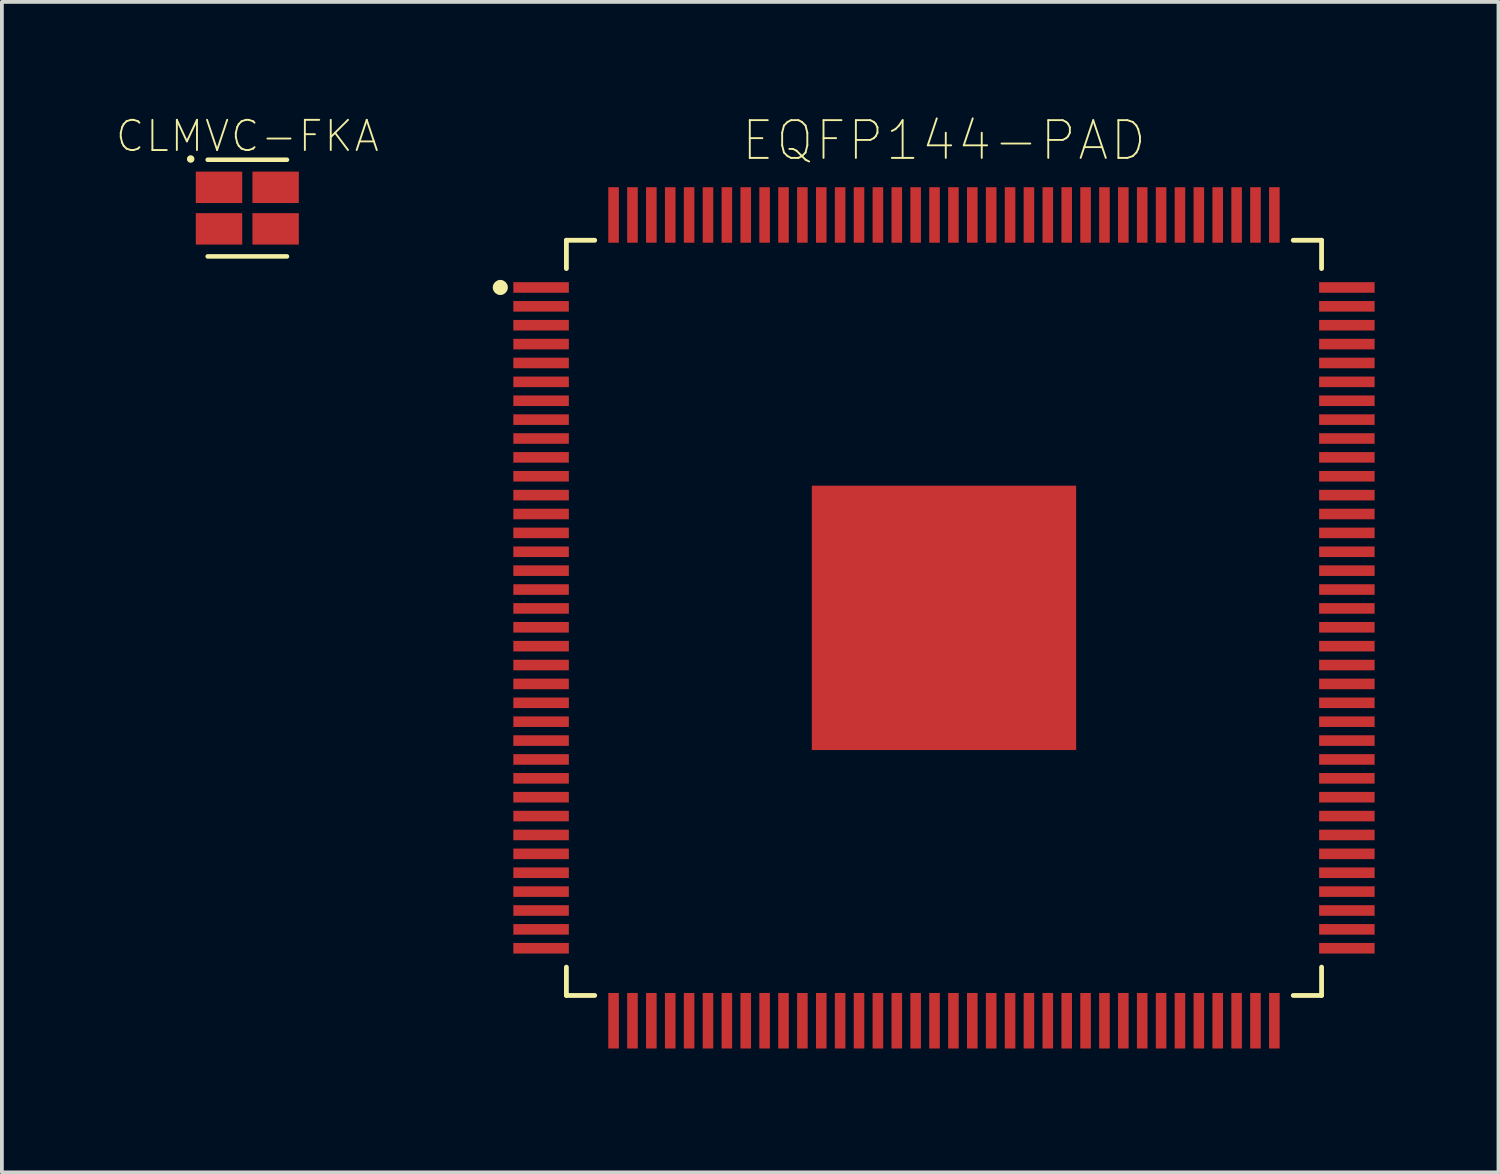
<source format=kicad_pcb>
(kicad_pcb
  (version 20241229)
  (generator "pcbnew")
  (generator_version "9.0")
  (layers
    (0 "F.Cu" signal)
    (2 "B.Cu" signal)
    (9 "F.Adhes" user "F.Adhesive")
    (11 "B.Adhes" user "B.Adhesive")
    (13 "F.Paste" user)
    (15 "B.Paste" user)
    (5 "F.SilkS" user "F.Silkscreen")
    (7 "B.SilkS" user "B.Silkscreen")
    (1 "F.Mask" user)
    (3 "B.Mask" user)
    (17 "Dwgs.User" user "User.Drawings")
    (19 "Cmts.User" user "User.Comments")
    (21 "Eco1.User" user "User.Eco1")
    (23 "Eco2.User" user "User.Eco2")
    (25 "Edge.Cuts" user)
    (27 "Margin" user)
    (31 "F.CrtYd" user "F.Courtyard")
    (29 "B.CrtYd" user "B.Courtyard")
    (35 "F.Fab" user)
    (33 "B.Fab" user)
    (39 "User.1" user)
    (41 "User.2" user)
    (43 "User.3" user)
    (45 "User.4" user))
  (footprint "CLMVC-FKA"
    (layer "F.Cu")
    (at 3.5 2.461)
    (property "Reference" "CLMVC-FKA" (at 0 -1.905 0) (layer "F.SilkS") (effects (font (size 0.8 0.8) (thickness 0.05))))
    (attr smd)
    (fp_line (start -1.05 -1.28) (end 1.05 -1.28) (stroke (width 0.12) (type solid)) (layer "F.SilkS"))
    (fp_line (start -1.05 1.28) (end 1.05 1.28) (stroke (width 0.12) (type solid)) (layer "F.SilkS"))
    (fp_circle (center -1.5 -1.3) (end -1.45 -1.3) (stroke (width 0.1) (type solid)) (fill no) (layer "F.SilkS"))
    (fp_line (start -1.05 -1.05) (end 1.05 -1.05) (stroke (width 0.12) (type solid)) (layer "Eco2.User"))
    (fp_line (start -1.05 1.05) (end -1.05 -1.05) (stroke (width 0.12) (type solid)) (layer "Eco2.User"))
    (fp_line (start 1.05 -1.05) (end 1.05 1.05) (stroke (width 0.12) (type solid)) (layer "Eco2.User"))
    (fp_line (start 1.05 1.05) (end -1.05 1.05) (stroke (width 0.12) (type solid)) (layer "Eco2.User"))
    (pad "1" smd rect (at -0.75 -0.55) (size 1.229 0.832) (layers "F.Cu" "F.Mask" "F.Paste"))
    (pad "2" smd rect (at 0.75 -0.55) (size 1.229 0.832) (layers "F.Cu" "F.Mask" "F.Paste"))
    (pad "3" smd rect (at 0.75 0.55) (size 1.229 0.832) (layers "F.Cu" "F.Mask" "F.Paste"))
    (pad "4" smd rect (at -0.75 0.55) (size 1.229 0.832) (layers "F.Cu" "F.Mask" "F.Paste")))
  (footprint "EQFP144-PAD"
    (layer "F.Cu")
    (at 21.95 13.313)
    (property "Reference" "EQFP144-PAD" (at 0 -12.641 0) (layer "F.SilkS") (effects (font (size 1 1) (thickness 0.05))))
    (attr smd)
    (fp_line (start -10 -10) (end -9.25 -10) (stroke (width 0.127) (type solid)) (layer "F.SilkS"))
    (fp_line (start -10 -9.25) (end -10 -10) (stroke (width 0.127) (type solid)) (layer "F.SilkS"))
    (fp_line (start -10 9.25) (end -10 10) (stroke (width 0.127) (type solid)) (layer "F.SilkS"))
    (fp_line (start -10 10) (end -9.25 10) (stroke (width 0.127) (type solid)) (layer "F.SilkS"))
    (fp_line (start 9.25 -10) (end 10 -10) (stroke (width 0.127) (type solid)) (layer "F.SilkS"))
    (fp_line (start 9.25 10) (end 10 10) (stroke (width 0.127) (type solid)) (layer "F.SilkS"))
    (fp_line (start 10 -10) (end 10 -9.25) (stroke (width 0.127) (type solid)) (layer "F.SilkS"))
    (fp_line (start 10 10) (end 10 9.25) (stroke (width 0.127) (type solid)) (layer "F.SilkS"))
    (fp_circle (center -11.75 -8.75) (end -11.65 -8.75) (stroke (width 0.2) (type solid)) (fill no) (layer "F.SilkS"))
    (fp_poly (pts (xy -2.823 -2.75) (xy 2.82 -2.75) (xy 2.82 2.753) (xy -2.823 2.753)) (stroke (width 0) (type solid)) (fill yes) (layer "F.Paste"))
    (fp_line (start -11.66 -9.14) (end -10.25 -9.14) (stroke (width 0.05) (type solid)) (layer "Eco1.User"))
    (fp_line (start -11.66 9.14) (end -11.66 -9.14) (stroke (width 0.05) (type solid)) (layer "Eco1.User"))
    (fp_line (start -10.25 -10.25) (end -9.14 -10.25) (stroke (width 0.05) (type solid)) (layer "Eco1.User"))
    (fp_line (start -10.25 -9.14) (end -10.25 -10.25) (stroke (width 0.05) (type solid)) (layer "Eco1.User"))
    (fp_line (start -10.25 9.14) (end -11.66 9.14) (stroke (width 0.05) (type solid)) (layer "Eco1.User"))
    (fp_line (start -10.25 10.25) (end -10.25 9.14) (stroke (width 0.05) (type solid)) (layer "Eco1.User"))
    (fp_line (start -9.14 -11.66) (end 9.14 -11.66) (stroke (width 0.05) (type solid)) (layer "Eco1.User"))
    (fp_line (start -9.14 -10.25) (end -9.14 -11.66) (stroke (width 0.05) (type solid)) (layer "Eco1.User"))
    (fp_line (start -9.14 10.25) (end -10.25 10.25) (stroke (width 0.05) (type solid)) (layer "Eco1.User"))
    (fp_line (start -9.14 11.66) (end -9.14 10.25) (stroke (width 0.05) (type solid)) (layer "Eco1.User"))
    (fp_line (start 9.14 -11.66) (end 9.14 -10.25) (stroke (width 0.05) (type solid)) (layer "Eco1.User"))
    (fp_line (start 9.14 -10.25) (end 10.25 -10.25) (stroke (width 0.05) (type solid)) (layer "Eco1.User"))
    (fp_line (start 9.14 10.25) (end 9.14 11.66) (stroke (width 0.05) (type solid)) (layer "Eco1.User"))
    (fp_line (start 9.14 11.66) (end -9.14 11.66) (stroke (width 0.05) (type solid)) (layer "Eco1.User"))
    (fp_line (start 10.25 -10.25) (end 10.25 -9.14) (stroke (width 0.05) (type solid)) (layer "Eco1.User"))
    (fp_line (start 10.25 -9.14) (end 11.66 -9.14) (stroke (width 0.05) (type solid)) (layer "Eco1.User"))
    (fp_line (start 10.25 9.14) (end 10.25 10.25) (stroke (width 0.05) (type solid)) (layer "Eco1.User"))
    (fp_line (start 10.25 10.25) (end 9.14 10.25) (stroke (width 0.05) (type solid)) (layer "Eco1.User"))
    (fp_line (start 11.66 -9.14) (end 11.66 9.14) (stroke (width 0.05) (type solid)) (layer "Eco1.User"))
    (fp_line (start 11.66 9.14) (end 10.25 9.14) (stroke (width 0.05) (type solid)) (layer "Eco1.User"))
    (fp_line (start -10 -10) (end 10 -10) (stroke (width 0.127) (type solid)) (layer "Eco2.User"))
    (fp_line (start -10 10) (end -10 -10) (stroke (width 0.127) (type solid)) (layer "Eco2.User"))
    (fp_line (start 10 -10) (end 10 10) (stroke (width 0.127) (type solid)) (layer "Eco2.User"))
    (fp_line (start 10 10) (end -10 10) (stroke (width 0.127) (type solid)) (layer "Eco2.User"))
    (fp_circle (center -9.337 -9.385) (end -9.237 -9.385) (stroke (width 0.2) (type solid)) (fill no) (layer "Eco2.User"))
    (pad "1" smd rect (at -10.67 -8.75) (size 1.47 0.28) (layers "F.Cu" "F.Mask" "F.Paste"))
    (pad "2" smd rect (at -10.67 -8.25) (size 1.47 0.28) (layers "F.Cu" "F.Mask" "F.Paste"))
    (pad "3" smd rect (at -10.67 -7.75) (size 1.47 0.28) (layers "F.Cu" "F.Mask" "F.Paste"))
    (pad "4" smd rect (at -10.67 -7.25) (size 1.47 0.28) (layers "F.Cu" "F.Mask" "F.Paste"))
    (pad "5" smd rect (at -10.67 -6.75) (size 1.47 0.28) (layers "F.Cu" "F.Mask" "F.Paste"))
    (pad "6" smd rect (at -10.67 -6.25) (size 1.47 0.28) (layers "F.Cu" "F.Mask" "F.Paste"))
    (pad "7" smd rect (at -10.67 -5.75) (size 1.47 0.28) (layers "F.Cu" "F.Mask" "F.Paste"))
    (pad "8" smd rect (at -10.67 -5.25) (size 1.47 0.28) (layers "F.Cu" "F.Mask" "F.Paste"))
    (pad "9" smd rect (at -10.67 -4.75) (size 1.47 0.28) (layers "F.Cu" "F.Mask" "F.Paste"))
    (pad "10" smd rect (at -10.67 -4.25) (size 1.47 0.28) (layers "F.Cu" "F.Mask" "F.Paste"))
    (pad "11" smd rect (at -10.67 -3.75) (size 1.47 0.28) (layers "F.Cu" "F.Mask" "F.Paste"))
    (pad "12" smd rect (at -10.67 -3.25) (size 1.47 0.28) (layers "F.Cu" "F.Mask" "F.Paste"))
    (pad "13" smd rect (at -10.67 -2.75) (size 1.47 0.28) (layers "F.Cu" "F.Mask" "F.Paste"))
    (pad "14" smd rect (at -10.67 -2.25) (size 1.47 0.28) (layers "F.Cu" "F.Mask" "F.Paste"))
    (pad "15" smd rect (at -10.67 -1.75) (size 1.47 0.28) (layers "F.Cu" "F.Mask" "F.Paste"))
    (pad "16" smd rect (at -10.67 -1.25) (size 1.47 0.28) (layers "F.Cu" "F.Mask" "F.Paste"))
    (pad "17" smd rect (at -10.67 -0.75) (size 1.47 0.28) (layers "F.Cu" "F.Mask" "F.Paste"))
    (pad "18" smd rect (at -10.67 -0.25) (size 1.47 0.28) (layers "F.Cu" "F.Mask" "F.Paste"))
    (pad "19" smd rect (at -10.67 0.25) (size 1.47 0.28) (layers "F.Cu" "F.Mask" "F.Paste"))
    (pad "20" smd rect (at -10.67 0.75) (size 1.47 0.28) (layers "F.Cu" "F.Mask" "F.Paste"))
    (pad "21" smd rect (at -10.67 1.25) (size 1.47 0.28) (layers "F.Cu" "F.Mask" "F.Paste"))
    (pad "22" smd rect (at -10.67 1.75) (size 1.47 0.28) (layers "F.Cu" "F.Mask" "F.Paste"))
    (pad "23" smd rect (at -10.67 2.25) (size 1.47 0.28) (layers "F.Cu" "F.Mask" "F.Paste"))
    (pad "24" smd rect (at -10.67 2.75) (size 1.47 0.28) (layers "F.Cu" "F.Mask" "F.Paste"))
    (pad "25" smd rect (at -10.67 3.25) (size 1.47 0.28) (layers "F.Cu" "F.Mask" "F.Paste"))
    (pad "26" smd rect (at -10.67 3.75) (size 1.47 0.28) (layers "F.Cu" "F.Mask" "F.Paste"))
    (pad "27" smd rect (at -10.67 4.25) (size 1.47 0.28) (layers "F.Cu" "F.Mask" "F.Paste"))
    (pad "28" smd rect (at -10.67 4.75) (size 1.47 0.28) (layers "F.Cu" "F.Mask" "F.Paste"))
    (pad "29" smd rect (at -10.67 5.25) (size 1.47 0.28) (layers "F.Cu" "F.Mask" "F.Paste"))
    (pad "30" smd rect (at -10.67 5.75) (size 1.47 0.28) (layers "F.Cu" "F.Mask" "F.Paste"))
    (pad "31" smd rect (at -10.67 6.25) (size 1.47 0.28) (layers "F.Cu" "F.Mask" "F.Paste"))
    (pad "32" smd rect (at -10.67 6.75) (size 1.47 0.28) (layers "F.Cu" "F.Mask" "F.Paste"))
    (pad "33" smd rect (at -10.67 7.25) (size 1.47 0.28) (layers "F.Cu" "F.Mask" "F.Paste"))
    (pad "34" smd rect (at -10.67 7.75) (size 1.47 0.28) (layers "F.Cu" "F.Mask" "F.Paste"))
    (pad "35" smd rect (at -10.67 8.25) (size 1.47 0.28) (layers "F.Cu" "F.Mask" "F.Paste"))
    (pad "36" smd rect (at -10.67 8.75) (size 1.47 0.28) (layers "F.Cu" "F.Mask" "F.Paste"))
    (pad "37" smd rect (at -8.75 10.67 90) (size 1.47 0.28) (layers "F.Cu" "F.Mask" "F.Paste"))
    (pad "38" smd rect (at -8.25 10.67 90) (size 1.47 0.28) (layers "F.Cu" "F.Mask" "F.Paste"))
    (pad "39" smd rect (at -7.75 10.67 90) (size 1.47 0.28) (layers "F.Cu" "F.Mask" "F.Paste"))
    (pad "40" smd rect (at -7.25 10.67 90) (size 1.47 0.28) (layers "F.Cu" "F.Mask" "F.Paste"))
    (pad "41" smd rect (at -6.75 10.67 90) (size 1.47 0.28) (layers "F.Cu" "F.Mask" "F.Paste"))
    (pad "42" smd rect (at -6.25 10.67 90) (size 1.47 0.28) (layers "F.Cu" "F.Mask" "F.Paste"))
    (pad "43" smd rect (at -5.75 10.67 90) (size 1.47 0.28) (layers "F.Cu" "F.Mask" "F.Paste"))
    (pad "44" smd rect (at -5.25 10.67 90) (size 1.47 0.28) (layers "F.Cu" "F.Mask" "F.Paste"))
    (pad "45" smd rect (at -4.75 10.67 90) (size 1.47 0.28) (layers "F.Cu" "F.Mask" "F.Paste"))
    (pad "46" smd rect (at -4.25 10.67 90) (size 1.47 0.28) (layers "F.Cu" "F.Mask" "F.Paste"))
    (pad "47" smd rect (at -3.75 10.67 90) (size 1.47 0.28) (layers "F.Cu" "F.Mask" "F.Paste"))
    (pad "48" smd rect (at -3.25 10.67 90) (size 1.47 0.28) (layers "F.Cu" "F.Mask" "F.Paste"))
    (pad "49" smd rect (at -2.75 10.67 90) (size 1.47 0.28) (layers "F.Cu" "F.Mask" "F.Paste"))
    (pad "50" smd rect (at -2.25 10.67 90) (size 1.47 0.28) (layers "F.Cu" "F.Mask" "F.Paste"))
    (pad "51" smd rect (at -1.75 10.67 90) (size 1.47 0.28) (layers "F.Cu" "F.Mask" "F.Paste"))
    (pad "52" smd rect (at -1.25 10.67 90) (size 1.47 0.28) (layers "F.Cu" "F.Mask" "F.Paste"))
    (pad "53" smd rect (at -0.75 10.67 90) (size 1.47 0.28) (layers "F.Cu" "F.Mask" "F.Paste"))
    (pad "54" smd rect (at -0.25 10.67 90) (size 1.47 0.28) (layers "F.Cu" "F.Mask" "F.Paste"))
    (pad "55" smd rect (at 0.25 10.67 90) (size 1.47 0.28) (layers "F.Cu" "F.Mask" "F.Paste"))
    (pad "56" smd rect (at 0.75 10.67 90) (size 1.47 0.28) (layers "F.Cu" "F.Mask" "F.Paste"))
    (pad "57" smd rect (at 1.25 10.67 90) (size 1.47 0.28) (layers "F.Cu" "F.Mask" "F.Paste"))
    (pad "58" smd rect (at 1.75 10.67 90) (size 1.47 0.28) (layers "F.Cu" "F.Mask" "F.Paste"))
    (pad "59" smd rect (at 2.25 10.67 90) (size 1.47 0.28) (layers "F.Cu" "F.Mask" "F.Paste"))
    (pad "60" smd rect (at 2.75 10.67 90) (size 1.47 0.28) (layers "F.Cu" "F.Mask" "F.Paste"))
    (pad "61" smd rect (at 3.25 10.67 90) (size 1.47 0.28) (layers "F.Cu" "F.Mask" "F.Paste"))
    (pad "62" smd rect (at 3.75 10.67 90) (size 1.47 0.28) (layers "F.Cu" "F.Mask" "F.Paste"))
    (pad "63" smd rect (at 4.25 10.67 90) (size 1.47 0.28) (layers "F.Cu" "F.Mask" "F.Paste"))
    (pad "64" smd rect (at 4.75 10.67 90) (size 1.47 0.28) (layers "F.Cu" "F.Mask" "F.Paste"))
    (pad "65" smd rect (at 5.25 10.67 90) (size 1.47 0.28) (layers "F.Cu" "F.Mask" "F.Paste"))
    (pad "66" smd rect (at 5.75 10.67 90) (size 1.47 0.28) (layers "F.Cu" "F.Mask" "F.Paste"))
    (pad "67" smd rect (at 6.25 10.67 90) (size 1.47 0.28) (layers "F.Cu" "F.Mask" "F.Paste"))
    (pad "68" smd rect (at 6.75 10.67 90) (size 1.47 0.28) (layers "F.Cu" "F.Mask" "F.Paste"))
    (pad "69" smd rect (at 7.25 10.67 90) (size 1.47 0.28) (layers "F.Cu" "F.Mask" "F.Paste"))
    (pad "70" smd rect (at 7.75 10.67 90) (size 1.47 0.28) (layers "F.Cu" "F.Mask" "F.Paste"))
    (pad "71" smd rect (at 8.25 10.67 90) (size 1.47 0.28) (layers "F.Cu" "F.Mask" "F.Paste"))
    (pad "72" smd rect (at 8.75 10.67 90) (size 1.47 0.28) (layers "F.Cu" "F.Mask" "F.Paste"))
    (pad "73" smd rect (at 10.67 8.75 180) (size 1.47 0.28) (layers "F.Cu" "F.Mask" "F.Paste"))
    (pad "74" smd rect (at 10.67 8.25 180) (size 1.47 0.28) (layers "F.Cu" "F.Mask" "F.Paste"))
    (pad "75" smd rect (at 10.67 7.75 180) (size 1.47 0.28) (layers "F.Cu" "F.Mask" "F.Paste"))
    (pad "76" smd rect (at 10.67 7.25 180) (size 1.47 0.28) (layers "F.Cu" "F.Mask" "F.Paste"))
    (pad "77" smd rect (at 10.67 6.75 180) (size 1.47 0.28) (layers "F.Cu" "F.Mask" "F.Paste"))
    (pad "78" smd rect (at 10.67 6.25 180) (size 1.47 0.28) (layers "F.Cu" "F.Mask" "F.Paste"))
    (pad "79" smd rect (at 10.67 5.75 180) (size 1.47 0.28) (layers "F.Cu" "F.Mask" "F.Paste"))
    (pad "80" smd rect (at 10.67 5.25 180) (size 1.47 0.28) (layers "F.Cu" "F.Mask" "F.Paste"))
    (pad "81" smd rect (at 10.67 4.75 180) (size 1.47 0.28) (layers "F.Cu" "F.Mask" "F.Paste"))
    (pad "82" smd rect (at 10.67 4.25 180) (size 1.47 0.28) (layers "F.Cu" "F.Mask" "F.Paste"))
    (pad "83" smd rect (at 10.67 3.75 180) (size 1.47 0.28) (layers "F.Cu" "F.Mask" "F.Paste"))
    (pad "84" smd rect (at 10.67 3.25 180) (size 1.47 0.28) (layers "F.Cu" "F.Mask" "F.Paste"))
    (pad "85" smd rect (at 10.67 2.75 180) (size 1.47 0.28) (layers "F.Cu" "F.Mask" "F.Paste"))
    (pad "86" smd rect (at 10.67 2.25 180) (size 1.47 0.28) (layers "F.Cu" "F.Mask" "F.Paste"))
    (pad "87" smd rect (at 10.67 1.75 180) (size 1.47 0.28) (layers "F.Cu" "F.Mask" "F.Paste"))
    (pad "88" smd rect (at 10.67 1.25 180) (size 1.47 0.28) (layers "F.Cu" "F.Mask" "F.Paste"))
    (pad "89" smd rect (at 10.67 0.75 180) (size 1.47 0.28) (layers "F.Cu" "F.Mask" "F.Paste"))
    (pad "90" smd rect (at 10.67 0.25 180) (size 1.47 0.28) (layers "F.Cu" "F.Mask" "F.Paste"))
    (pad "91" smd rect (at 10.67 -0.25 180) (size 1.47 0.28) (layers "F.Cu" "F.Mask" "F.Paste"))
    (pad "92" smd rect (at 10.67 -0.75 180) (size 1.47 0.28) (layers "F.Cu" "F.Mask" "F.Paste"))
    (pad "93" smd rect (at 10.67 -1.25 180) (size 1.47 0.28) (layers "F.Cu" "F.Mask" "F.Paste"))
    (pad "94" smd rect (at 10.67 -1.75 180) (size 1.47 0.28) (layers "F.Cu" "F.Mask" "F.Paste"))
    (pad "95" smd rect (at 10.67 -2.25 180) (size 1.47 0.28) (layers "F.Cu" "F.Mask" "F.Paste"))
    (pad "96" smd rect (at 10.67 -2.75 180) (size 1.47 0.28) (layers "F.Cu" "F.Mask" "F.Paste"))
    (pad "97" smd rect (at 10.67 -3.25 180) (size 1.47 0.28) (layers "F.Cu" "F.Mask" "F.Paste"))
    (pad "98" smd rect (at 10.67 -3.75 180) (size 1.47 0.28) (layers "F.Cu" "F.Mask" "F.Paste"))
    (pad "99" smd rect (at 10.67 -4.25 180) (size 1.47 0.28) (layers "F.Cu" "F.Mask" "F.Paste"))
    (pad "100" smd rect (at 10.67 -4.75 180) (size 1.47 0.28) (layers "F.Cu" "F.Mask" "F.Paste"))
    (pad "101" smd rect (at 10.67 -5.25 180) (size 1.47 0.28) (layers "F.Cu" "F.Mask" "F.Paste"))
    (pad "102" smd rect (at 10.67 -5.75 180) (size 1.47 0.28) (layers "F.Cu" "F.Mask" "F.Paste"))
    (pad "103" smd rect (at 10.67 -6.25 180) (size 1.47 0.28) (layers "F.Cu" "F.Mask" "F.Paste"))
    (pad "104" smd rect (at 10.67 -6.75 180) (size 1.47 0.28) (layers "F.Cu" "F.Mask" "F.Paste"))
    (pad "105" smd rect (at 10.67 -7.25 180) (size 1.47 0.28) (layers "F.Cu" "F.Mask" "F.Paste"))
    (pad "106" smd rect (at 10.67 -7.75 180) (size 1.47 0.28) (layers "F.Cu" "F.Mask" "F.Paste"))
    (pad "107" smd rect (at 10.67 -8.25 180) (size 1.47 0.28) (layers "F.Cu" "F.Mask" "F.Paste"))
    (pad "108" smd rect (at 10.67 -8.75 180) (size 1.47 0.28) (layers "F.Cu" "F.Mask" "F.Paste"))
    (pad "109" smd rect (at 8.75 -10.67 270) (size 1.47 0.28) (layers "F.Cu" "F.Mask" "F.Paste"))
    (pad "110" smd rect (at 8.25 -10.67 270) (size 1.47 0.28) (layers "F.Cu" "F.Mask" "F.Paste"))
    (pad "111" smd rect (at 7.75 -10.67 270) (size 1.47 0.28) (layers "F.Cu" "F.Mask" "F.Paste"))
    (pad "112" smd rect (at 7.25 -10.67 270) (size 1.47 0.28) (layers "F.Cu" "F.Mask" "F.Paste"))
    (pad "113" smd rect (at 6.75 -10.67 270) (size 1.47 0.28) (layers "F.Cu" "F.Mask" "F.Paste"))
    (pad "114" smd rect (at 6.25 -10.67 270) (size 1.47 0.28) (layers "F.Cu" "F.Mask" "F.Paste"))
    (pad "115" smd rect (at 5.75 -10.67 270) (size 1.47 0.28) (layers "F.Cu" "F.Mask" "F.Paste"))
    (pad "116" smd rect (at 5.25 -10.67 270) (size 1.47 0.28) (layers "F.Cu" "F.Mask" "F.Paste"))
    (pad "117" smd rect (at 4.75 -10.67 270) (size 1.47 0.28) (layers "F.Cu" "F.Mask" "F.Paste"))
    (pad "118" smd rect (at 4.25 -10.67 270) (size 1.47 0.28) (layers "F.Cu" "F.Mask" "F.Paste"))
    (pad "119" smd rect (at 3.75 -10.67 270) (size 1.47 0.28) (layers "F.Cu" "F.Mask" "F.Paste"))
    (pad "120" smd rect (at 3.25 -10.67 270) (size 1.47 0.28) (layers "F.Cu" "F.Mask" "F.Paste"))
    (pad "121" smd rect (at 2.75 -10.67 270) (size 1.47 0.28) (layers "F.Cu" "F.Mask" "F.Paste"))
    (pad "122" smd rect (at 2.25 -10.67 270) (size 1.47 0.28) (layers "F.Cu" "F.Mask" "F.Paste"))
    (pad "123" smd rect (at 1.75 -10.67 270) (size 1.47 0.28) (layers "F.Cu" "F.Mask" "F.Paste"))
    (pad "124" smd rect (at 1.25 -10.67 270) (size 1.47 0.28) (layers "F.Cu" "F.Mask" "F.Paste"))
    (pad "125" smd rect (at 0.75 -10.67 270) (size 1.47 0.28) (layers "F.Cu" "F.Mask" "F.Paste"))
    (pad "126" smd rect (at 0.25 -10.67 270) (size 1.47 0.28) (layers "F.Cu" "F.Mask" "F.Paste"))
    (pad "127" smd rect (at -0.25 -10.67 270) (size 1.47 0.28) (layers "F.Cu" "F.Mask" "F.Paste"))
    (pad "128" smd rect (at -0.75 -10.67 270) (size 1.47 0.28) (layers "F.Cu" "F.Mask" "F.Paste"))
    (pad "129" smd rect (at -1.25 -10.67 270) (size 1.47 0.28) (layers "F.Cu" "F.Mask" "F.Paste"))
    (pad "130" smd rect (at -1.75 -10.67 270) (size 1.47 0.28) (layers "F.Cu" "F.Mask" "F.Paste"))
    (pad "131" smd rect (at -2.25 -10.67 270) (size 1.47 0.28) (layers "F.Cu" "F.Mask" "F.Paste"))
    (pad "132" smd rect (at -2.75 -10.67 270) (size 1.47 0.28) (layers "F.Cu" "F.Mask" "F.Paste"))
    (pad "133" smd rect (at -3.25 -10.67 270) (size 1.47 0.28) (layers "F.Cu" "F.Mask" "F.Paste"))
    (pad "134" smd rect (at -3.75 -10.67 270) (size 1.47 0.28) (layers "F.Cu" "F.Mask" "F.Paste"))
    (pad "135" smd rect (at -4.25 -10.67 270) (size 1.47 0.28) (layers "F.Cu" "F.Mask" "F.Paste"))
    (pad "136" smd rect (at -4.75 -10.67 270) (size 1.47 0.28) (layers "F.Cu" "F.Mask" "F.Paste"))
    (pad "137" smd rect (at -5.25 -10.67 270) (size 1.47 0.28) (layers "F.Cu" "F.Mask" "F.Paste"))
    (pad "138" smd rect (at -5.75 -10.67 270) (size 1.47 0.28) (layers "F.Cu" "F.Mask" "F.Paste"))
    (pad "139" smd rect (at -6.25 -10.67 270) (size 1.47 0.28) (layers "F.Cu" "F.Mask" "F.Paste"))
    (pad "140" smd rect (at -6.75 -10.67 270) (size 1.47 0.28) (layers "F.Cu" "F.Mask" "F.Paste"))
    (pad "141" smd rect (at -7.25 -10.67 270) (size 1.47 0.28) (layers "F.Cu" "F.Mask" "F.Paste"))
    (pad "142" smd rect (at -7.75 -10.67 270) (size 1.47 0.28) (layers "F.Cu" "F.Mask" "F.Paste"))
    (pad "143" smd rect (at -8.25 -10.67 270) (size 1.47 0.28) (layers "F.Cu" "F.Mask" "F.Paste"))
    (pad "144" smd rect (at -8.75 -10.67 270) (size 1.47 0.28) (layers "F.Cu" "F.Mask" "F.Paste"))
    (pad "145" smd rect (at 0 0) (size 7 7) (layers "F.Cu" "F.Mask" "F.Paste")))
  (gr_rect
    (start -3 -3)
    (end 36.635 27.998)
    (stroke (width 0.1) (type default))
    (fill no)
    (layer "Edge.Cuts")))
</source>
